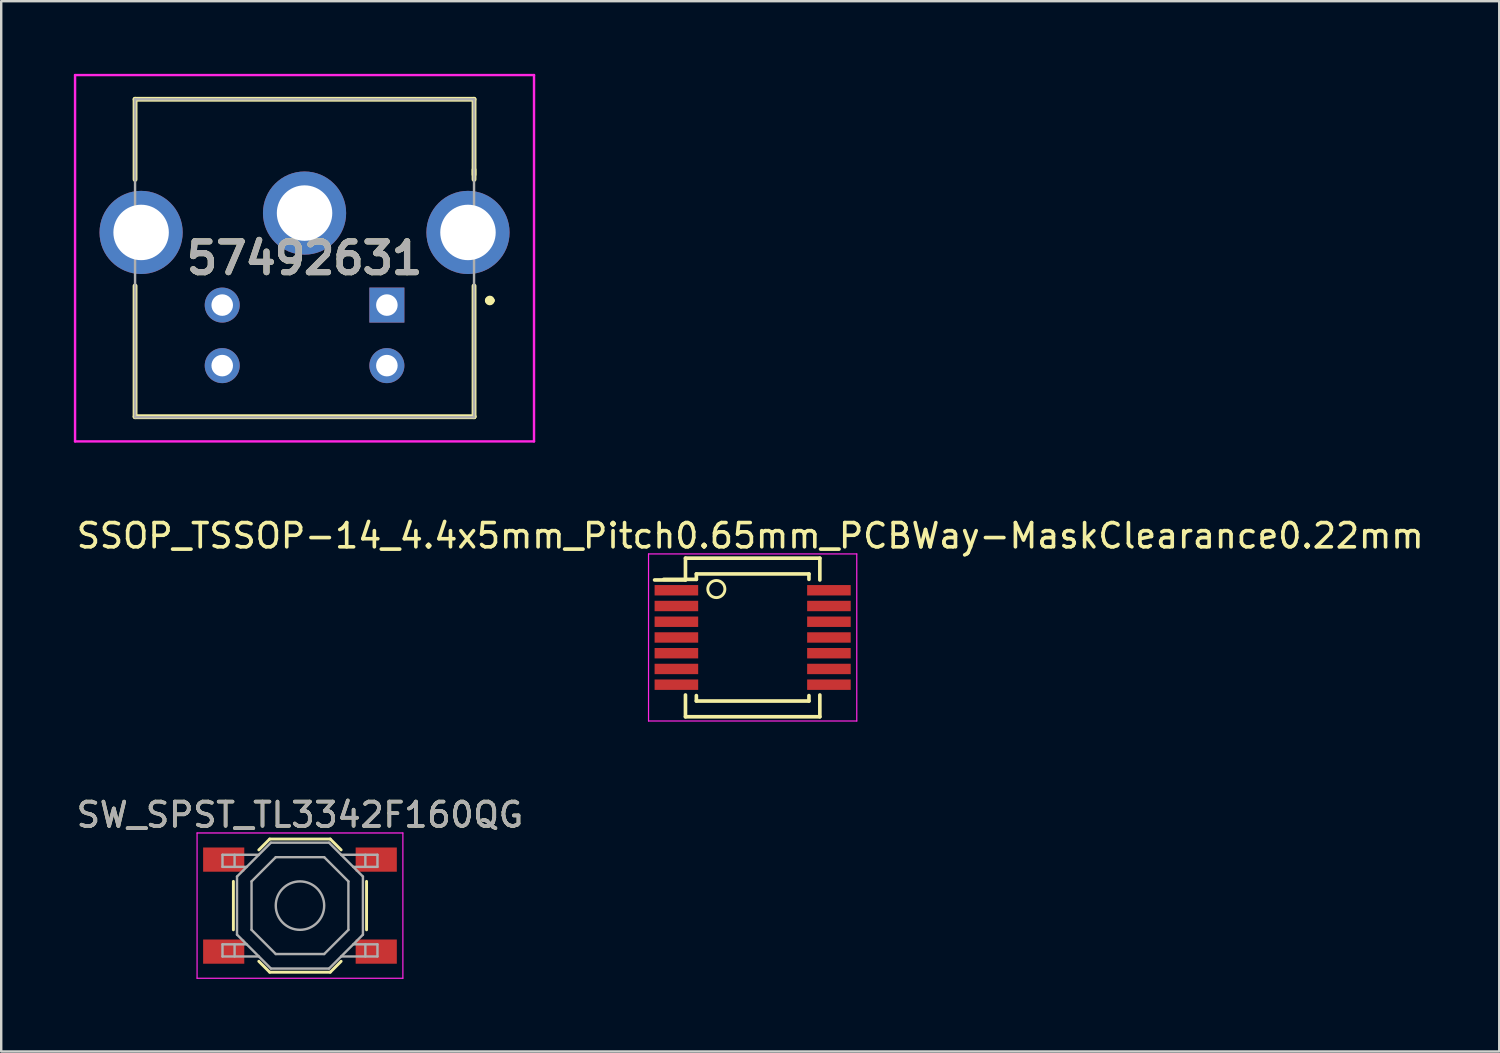
<source format=kicad_pcb>
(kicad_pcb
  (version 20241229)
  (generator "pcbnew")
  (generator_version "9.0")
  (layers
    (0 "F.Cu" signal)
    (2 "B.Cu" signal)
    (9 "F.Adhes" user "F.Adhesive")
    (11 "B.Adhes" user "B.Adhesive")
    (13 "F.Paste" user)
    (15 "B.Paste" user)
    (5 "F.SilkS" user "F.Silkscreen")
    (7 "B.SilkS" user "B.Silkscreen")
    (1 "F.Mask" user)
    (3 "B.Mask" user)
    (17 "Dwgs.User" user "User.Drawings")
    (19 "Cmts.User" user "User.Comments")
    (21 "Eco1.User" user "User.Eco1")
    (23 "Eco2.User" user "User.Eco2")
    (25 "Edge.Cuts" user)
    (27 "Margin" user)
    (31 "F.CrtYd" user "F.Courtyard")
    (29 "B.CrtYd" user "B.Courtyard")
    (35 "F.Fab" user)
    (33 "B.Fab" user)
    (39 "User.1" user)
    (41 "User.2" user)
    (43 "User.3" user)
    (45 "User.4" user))
  (footprint "SW_SPST_TL3342F160QG"
    (layer "F.Cu")
    (at 9.339 34.352)
    (property "Reference" "SW_SPST_TL3342F160QG" (at 0 -3.75 0) (layer "F.SilkS") (effects (font (size 1 1) (thickness 0.15))))
    (attr smd)
    (fp_line (start -2.75 -1) (end -2.75 1) (stroke (width 0.12) (type solid)) (layer "F.SilkS"))
    (fp_line (start -1.7 -2.3) (end -1.25 -2.75) (stroke (width 0.12) (type solid)) (layer "F.SilkS"))
    (fp_line (start -1.7 2.3) (end -1.25 2.75) (stroke (width 0.12) (type solid)) (layer "F.SilkS"))
    (fp_line (start -1.25 -2.75) (end 1.25 -2.75) (stroke (width 0.12) (type solid)) (layer "F.SilkS"))
    (fp_line (start -1.25 2.75) (end 1.25 2.75) (stroke (width 0.12) (type solid)) (layer "F.SilkS"))
    (fp_line (start 1.7 -2.3) (end 1.25 -2.75) (stroke (width 0.12) (type solid)) (layer "F.SilkS"))
    (fp_line (start 1.7 2.3) (end 1.25 2.75) (stroke (width 0.12) (type solid)) (layer "F.SilkS"))
    (fp_line (start 2.75 -1) (end 2.75 1) (stroke (width 0.12) (type solid)) (layer "F.SilkS"))
    (fp_line (start -4.25 -3) (end 4.25 -3) (stroke (width 0.05) (type solid)) (layer "F.CrtYd"))
    (fp_line (start -4.25 3) (end -4.25 -3) (stroke (width 0.05) (type solid)) (layer "F.CrtYd"))
    (fp_line (start 4.25 -3) (end 4.25 3) (stroke (width 0.05) (type solid)) (layer "F.CrtYd"))
    (fp_line (start 4.25 3) (end -4.25 3) (stroke (width 0.05) (type solid)) (layer "F.CrtYd"))
    (fp_line (start -3.2 -2.1) (end -3.2 -1.6) (stroke (width 0.1) (type solid)) (layer "F.Fab"))
    (fp_line (start -3.2 -1.6) (end -2.2 -1.6) (stroke (width 0.1) (type solid)) (layer "F.Fab"))
    (fp_line (start -3.2 1.6) (end -2.2 1.6) (stroke (width 0.1) (type solid)) (layer "F.Fab"))
    (fp_line (start -3.2 2.1) (end -3.2 1.6) (stroke (width 0.1) (type solid)) (layer "F.Fab"))
    (fp_line (start -2.7 -2.1) (end -2.7 -1.6) (stroke (width 0.1) (type solid)) (layer "F.Fab"))
    (fp_line (start -2.7 2.1) (end -2.7 1.6) (stroke (width 0.1) (type solid)) (layer "F.Fab"))
    (fp_line (start -2.6 -1.2) (end -2.6 1.2) (stroke (width 0.1) (type solid)) (layer "F.Fab"))
    (fp_line (start -2.6 1.2) (end -1.2 2.6) (stroke (width 0.1) (type solid)) (layer "F.Fab"))
    (fp_line (start -2 -1) (end -1 -2) (stroke (width 0.1) (type solid)) (layer "F.Fab"))
    (fp_line (start -2 1) (end -2 -1) (stroke (width 0.1) (type solid)) (layer "F.Fab"))
    (fp_line (start -1.7 -2.1) (end -3.2 -2.1) (stroke (width 0.1) (type solid)) (layer "F.Fab"))
    (fp_line (start -1.7 2.1) (end -3.2 2.1) (stroke (width 0.1) (type solid)) (layer "F.Fab"))
    (fp_line (start -1.2 -2.6) (end -2.6 -1.2) (stroke (width 0.1) (type solid)) (layer "F.Fab"))
    (fp_line (start -1.2 2.6) (end 1.2 2.6) (stroke (width 0.1) (type solid)) (layer "F.Fab"))
    (fp_line (start -1 -2) (end 1 -2) (stroke (width 0.1) (type solid)) (layer "F.Fab"))
    (fp_line (start -1 2) (end -2 1) (stroke (width 0.1) (type solid)) (layer "F.Fab"))
    (fp_line (start 1 -2) (end 2 -1) (stroke (width 0.1) (type solid)) (layer "F.Fab"))
    (fp_line (start 1 2) (end -1 2) (stroke (width 0.1) (type solid)) (layer "F.Fab"))
    (fp_line (start 1.2 -2.6) (end -1.2 -2.6) (stroke (width 0.1) (type solid)) (layer "F.Fab"))
    (fp_line (start 1.2 2.6) (end 2.6 1.2) (stroke (width 0.1) (type solid)) (layer "F.Fab"))
    (fp_line (start 1.7 -2.1) (end 3.2 -2.1) (stroke (width 0.1) (type solid)) (layer "F.Fab"))
    (fp_line (start 1.7 2.1) (end 3.2 2.1) (stroke (width 0.1) (type solid)) (layer "F.Fab"))
    (fp_line (start 2 -1) (end 2 1) (stroke (width 0.1) (type solid)) (layer "F.Fab"))
    (fp_line (start 2 1) (end 1 2) (stroke (width 0.1) (type solid)) (layer "F.Fab"))
    (fp_line (start 2.6 -1.2) (end 1.2 -2.6) (stroke (width 0.1) (type solid)) (layer "F.Fab"))
    (fp_line (start 2.6 1.2) (end 2.6 -1.2) (stroke (width 0.1) (type solid)) (layer "F.Fab"))
    (fp_line (start 2.7 -2.1) (end 2.7 -1.6) (stroke (width 0.1) (type solid)) (layer "F.Fab"))
    (fp_line (start 2.7 2.1) (end 2.7 1.6) (stroke (width 0.1) (type solid)) (layer "F.Fab"))
    (fp_line (start 3.2 -2.1) (end 3.2 -1.6) (stroke (width 0.1) (type solid)) (layer "F.Fab"))
    (fp_line (start 3.2 -1.6) (end 2.2 -1.6) (stroke (width 0.1) (type solid)) (layer "F.Fab"))
    (fp_line (start 3.2 1.6) (end 2.2 1.6) (stroke (width 0.1) (type solid)) (layer "F.Fab"))
    (fp_line (start 3.2 2.1) (end 3.2 1.6) (stroke (width 0.1) (type solid)) (layer "F.Fab"))
    (fp_circle (center 0 0) (end 1 0) (stroke (width 0.1) (type solid)) (fill no) (layer "F.Fab"))
    (fp_text user "${REFERENCE}" (at 0 -3.75 0) (layer "F.Fab") (effects (font (size 1 1) (thickness 0.15))))
    (pad "1" smd rect (at -3.15 -1.9) (size 1.7 1) (layers "F.Cu" "F.Mask" "F.Paste"))
    (pad "2" smd rect (at 3.15 -1.9) (size 1.7 1) (layers "F.Cu" "F.Mask" "F.Paste"))
    (pad "3" smd rect (at -3.15 1.9) (size 1.7 1) (layers "F.Cu" "F.Mask" "F.Paste"))
    (pad "4" smd rect (at 3.15 1.9) (size 1.7 1) (layers "F.Cu" "F.Mask" "F.Paste")))
  (footprint "SSOP_TSSOP-14_4.4x5mm_Pitch0.65mm_PCBWay-MaskClearance0.22mm"
    (layer "F.Cu")
    (at 28.035 23.278)
    (property "Reference" "SSOP_TSSOP-14_4.4x5mm_Pitch0.65mm_PCBWay-MaskClearance0.22mm" (at -0.1 -4.2 0) (layer "F.SilkS") (effects (font (size 1 1) (thickness 0.15))))
    (attr smd)
    (fp_line (start -2.775 -3.275) (end -2.775 -2.375) (stroke (width 0.15) (type solid)) (layer "F.SilkS"))
    (fp_line (start -2.775 -3.275) (end 2.775 -3.275) (stroke (width 0.15) (type solid)) (layer "F.SilkS"))
    (fp_line (start -2.775 -2.375) (end -4.05 -2.375) (stroke (width 0.15) (type solid)) (layer "F.SilkS"))
    (fp_line (start -2.775 3.275) (end -2.775 2.375) (stroke (width 0.15) (type solid)) (layer "F.SilkS"))
    (fp_line (start -2.775 3.275) (end 2.775 3.275) (stroke (width 0.15) (type solid)) (layer "F.SilkS"))
    (fp_line (start -2.325 -2.625) (end -2.325 -2.4) (stroke (width 0.15) (type solid)) (layer "F.SilkS"))
    (fp_line (start -2.325 -2.625) (end 2.325 -2.625) (stroke (width 0.15) (type solid)) (layer "F.SilkS"))
    (fp_line (start -2.325 -2.4) (end -3.675 -2.4) (stroke (width 0.15) (type solid)) (layer "F.SilkS"))
    (fp_line (start -2.325 2.625) (end -2.325 2.4) (stroke (width 0.15) (type solid)) (layer "F.SilkS"))
    (fp_line (start -2.325 2.625) (end 2.325 2.625) (stroke (width 0.15) (type solid)) (layer "F.SilkS"))
    (fp_line (start 2.325 -2.625) (end 2.325 -2.4) (stroke (width 0.15) (type solid)) (layer "F.SilkS"))
    (fp_line (start 2.325 2.625) (end 2.325 2.4) (stroke (width 0.15) (type solid)) (layer "F.SilkS"))
    (fp_line (start 2.775 -3.275) (end 2.775 -2.375) (stroke (width 0.15) (type solid)) (layer "F.SilkS"))
    (fp_line (start 2.775 3.275) (end 2.775 2.375) (stroke (width 0.15) (type solid)) (layer "F.SilkS"))
    (fp_circle (center -1.5 -2) (end -1.25 -1.75) (stroke (width 0.12) (type solid)) (fill no) (layer "F.SilkS"))
    (fp_line (start -4.3 -3.45) (end -4.3 3.45) (stroke (width 0.05) (type solid)) (layer "F.CrtYd"))
    (fp_line (start -4.3 -3.45) (end 4.3 -3.45) (stroke (width 0.05) (type solid)) (layer "F.CrtYd"))
    (fp_line (start -4.3 3.45) (end 4.3 3.45) (stroke (width 0.05) (type solid)) (layer "F.CrtYd"))
    (fp_line (start 4.3 -3.45) (end 4.3 3.45) (stroke (width 0.05) (type solid)) (layer "F.CrtYd"))
    (pad "1" smd rect (at -3.15 -1.95) (size 1.8 0.43) (layers "F.Cu" "F.Mask" "F.Paste"))
    (pad "2" smd rect (at -3.15 -1.3) (size 1.8 0.43) (layers "F.Cu" "F.Mask" "F.Paste"))
    (pad "3" smd rect (at -3.15 -0.65) (size 1.8 0.43) (layers "F.Cu" "F.Mask" "F.Paste"))
    (pad "4" smd rect (at -3.15 0) (size 1.8 0.43) (layers "F.Cu" "F.Mask" "F.Paste"))
    (pad "5" smd rect (at -3.15 0.65) (size 1.8 0.43) (layers "F.Cu" "F.Mask" "F.Paste"))
    (pad "6" smd rect (at -3.15 1.3) (size 1.8 0.43) (layers "F.Cu" "F.Mask" "F.Paste"))
    (pad "7" smd rect (at -3.15 1.95) (size 1.8 0.43) (layers "F.Cu" "F.Mask" "F.Paste"))
    (pad "8" smd rect (at 3.15 1.95) (size 1.8 0.43) (layers "F.Cu" "F.Mask" "F.Paste"))
    (pad "9" smd rect (at 3.15 1.3) (size 1.8 0.43) (layers "F.Cu" "F.Mask" "F.Paste"))
    (pad "10" smd rect (at 3.15 0.65) (size 1.8 0.43) (layers "F.Cu" "F.Mask" "F.Paste"))
    (pad "11" smd rect (at 3.15 0) (size 1.8 0.43) (layers "F.Cu" "F.Mask" "F.Paste"))
    (pad "12" smd rect (at 3.15 -0.65) (size 1.8 0.43) (layers "F.Cu" "F.Mask" "F.Paste"))
    (pad "13" smd rect (at 3.15 -1.3) (size 1.8 0.43) (layers "F.Cu" "F.Mask" "F.Paste"))
    (pad "14" smd rect (at 3.15 -1.95) (size 1.8 0.43) (layers "F.Cu" "F.Mask" "F.Paste")))
  (footprint "57492631"
    (layer "F.Cu")
    (at 12.878 9.56)
    (property "Reference" "57492631" (at -3.35 -1.945 0) (layer "F.SilkS") (effects (font (size 1.27 1.27) (thickness 0.254))))
    (attr through_hole)
    (fp_line (start -10.35 -8.51) (end 3.65 -8.51) (stroke (width 0.2) (type solid)) (layer "F.SilkS"))
    (fp_line (start -10.35 -5.2) (end -10.35 -8.51) (stroke (width 0.2) (type solid)) (layer "F.SilkS"))
    (fp_line (start -10.35 -0.8) (end -10.35 4.6) (stroke (width 0.2) (type solid)) (layer "F.SilkS"))
    (fp_line (start -10.35 4.6) (end 3.65 4.6) (stroke (width 0.2) (type solid)) (layer "F.SilkS"))
    (fp_line (start 3.65 -8.51) (end 3.65 -5.4) (stroke (width 0.2) (type solid)) (layer "F.SilkS"))
    (fp_line (start 3.65 -5.6) (end 3.65 -5.2) (stroke (width 0.2) (type solid)) (layer "F.SilkS"))
    (fp_line (start 3.65 4.6) (end 3.65 -0.8) (stroke (width 0.2) (type solid)) (layer "F.SilkS"))
    (fp_line (start 3.65 4.6) (end 3.65 4.6) (stroke (width 0.2) (type solid)) (layer "F.SilkS"))
    (fp_line (start 4.2 -0.2) (end 4.2 -0.2) (stroke (width 0.2) (type solid)) (layer "F.SilkS"))
    (fp_line (start 4.4 -0.2) (end 4.4 -0.2) (stroke (width 0.2) (type solid)) (layer "F.SilkS"))
    (fp_arc (start 4.2 -0.2) (mid 4.3 -0.3) (end 4.4 -0.2) (stroke (width 0.2) (type solid)) (layer "F.SilkS"))
    (fp_arc (start 4.4 -0.2) (mid 4.3 -0.1) (end 4.2 -0.2) (stroke (width 0.2) (type solid)) (layer "F.SilkS"))
    (fp_line (start -12.828 -9.51) (end 6.127 -9.51) (stroke (width 0.1) (type solid)) (layer "F.CrtYd"))
    (fp_line (start -12.828 5.62) (end -12.828 -9.51) (stroke (width 0.1) (type solid)) (layer "F.CrtYd"))
    (fp_line (start 6.127 -9.51) (end 6.127 5.62) (stroke (width 0.1) (type solid)) (layer "F.CrtYd"))
    (fp_line (start 6.127 5.62) (end -12.828 5.62) (stroke (width 0.1) (type solid)) (layer "F.CrtYd"))
    (fp_line (start -10.35 -8.51) (end 3.65 -8.51) (stroke (width 0.1) (type solid)) (layer "F.Fab"))
    (fp_line (start -10.35 4.62) (end -10.35 -8.51) (stroke (width 0.1) (type solid)) (layer "F.Fab"))
    (fp_line (start 3.65 -8.51) (end 3.65 4.62) (stroke (width 0.1) (type solid)) (layer "F.Fab"))
    (fp_line (start 3.65 4.62) (end -10.35 4.62) (stroke (width 0.1) (type solid)) (layer "F.Fab"))
    (fp_text user "${REFERENCE}" (at -3.35 -1.945 0) (layer "F.Fab") (effects (font (size 1.27 1.27) (thickness 0.254))))
    (pad "1" thru_hole rect (at 0.05 -0.01) (size 1.446 1.446) (drill 0.89) (layers "*.Cu" "*.Mask"))
    (pad "2" thru_hole circle (at -6.75 -0.01) (size 1.446 1.446) (drill 0.89) (layers "*.Cu" "*.Mask"))
    (pad "3" thru_hole circle (at 0.05 2.49) (size 1.446 1.446) (drill 0.89) (layers "*.Cu" "*.Mask"))
    (pad "4" thru_hole circle (at -6.75 2.49) (size 1.446 1.446) (drill 0.89) (layers "*.Cu" "*.Mask"))
    (pad "MH1" thru_hole circle (at -3.35 -3.81) (size 3.435 3.435) (drill 2.29) (layers "*.Cu" "*.Mask"))
    (pad "MH2" thru_hole circle (at -10.1 -3.01) (size 3.435 3.435) (drill 2.29) (layers "*.Cu" "*.Mask"))
    (pad "MH3" thru_hole circle (at 3.4 -3.01) (size 3.435 3.435) (drill 2.29) (layers "*.Cu" "*.Mask")))
  (gr_rect
    (start -3 -3)
    (end 58.869 40.377)
    (stroke (width 0.1) (type default))
    (fill no)
    (layer "Edge.Cuts")))
</source>
